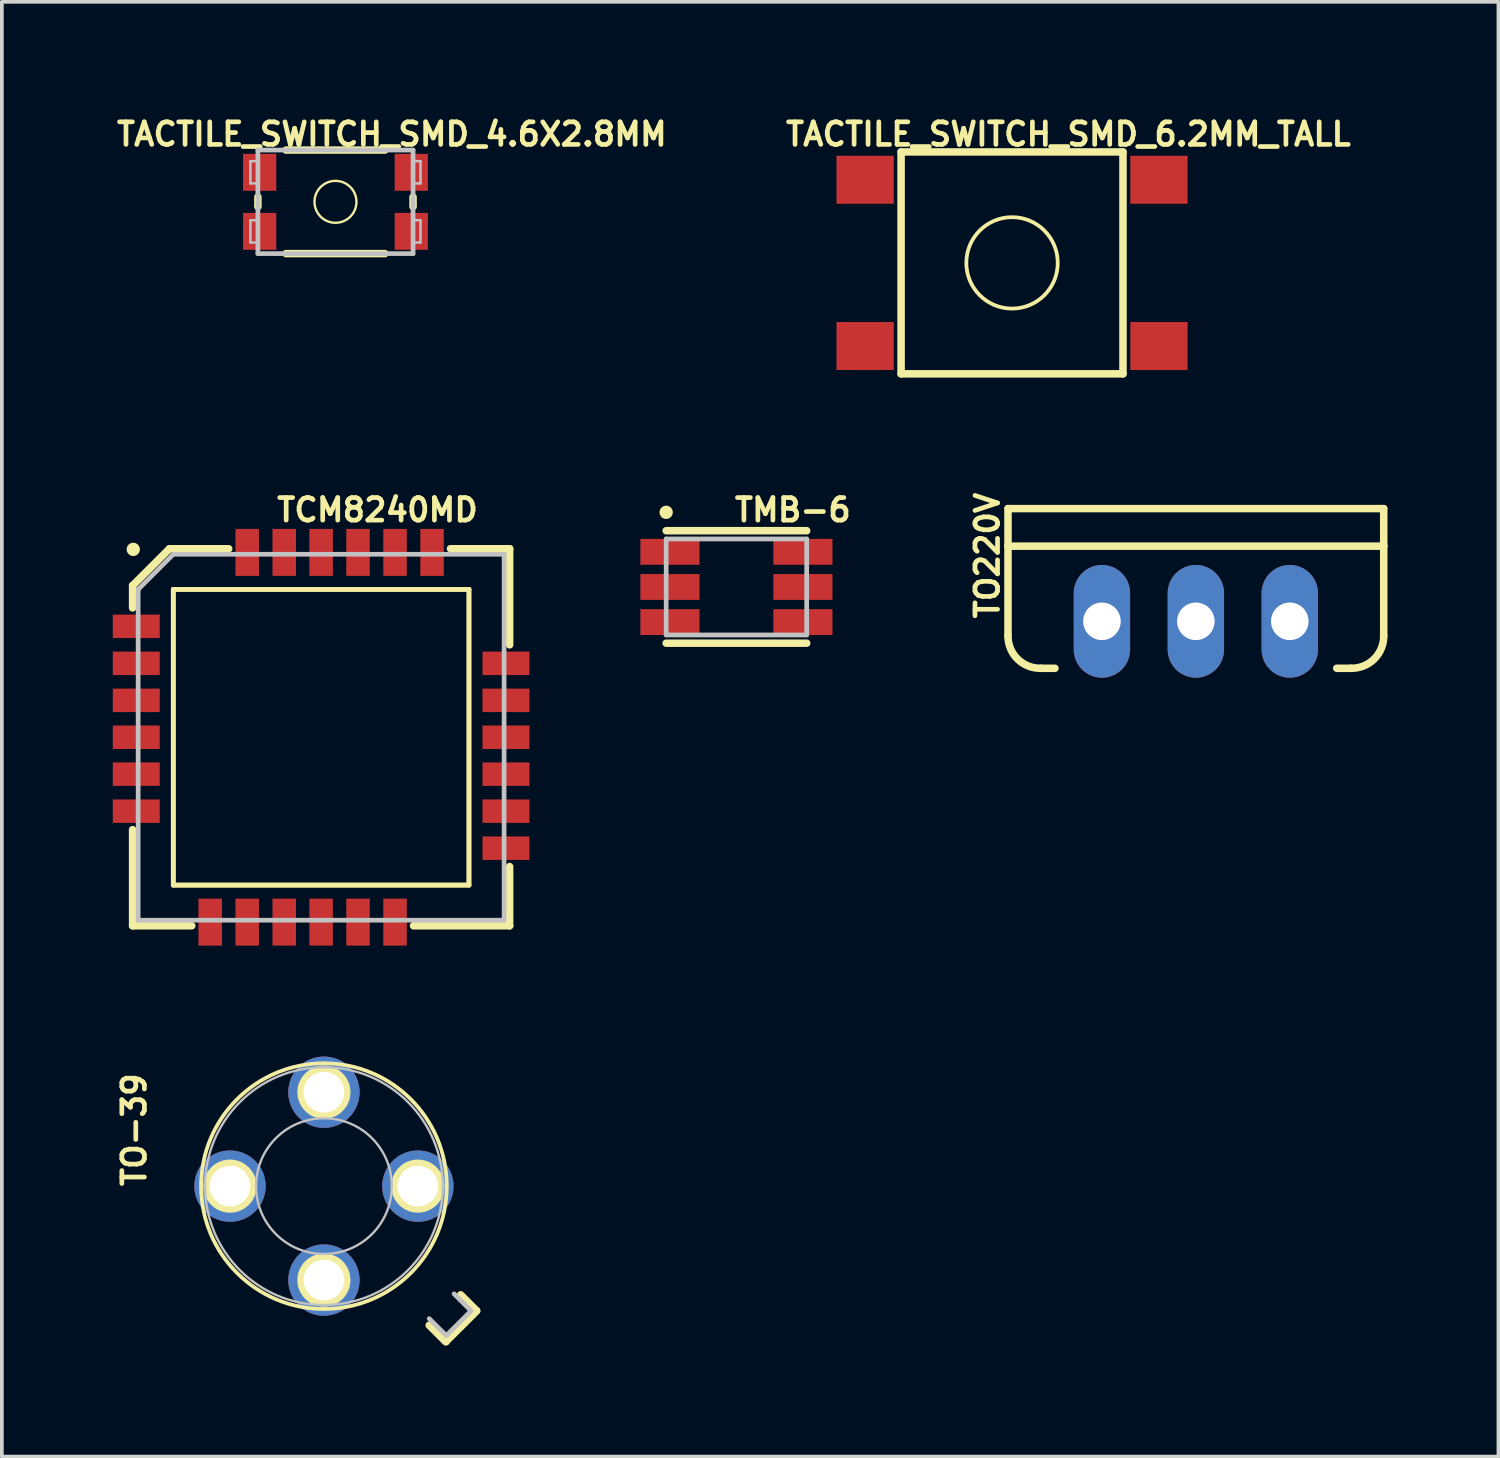
<source format=kicad_pcb>
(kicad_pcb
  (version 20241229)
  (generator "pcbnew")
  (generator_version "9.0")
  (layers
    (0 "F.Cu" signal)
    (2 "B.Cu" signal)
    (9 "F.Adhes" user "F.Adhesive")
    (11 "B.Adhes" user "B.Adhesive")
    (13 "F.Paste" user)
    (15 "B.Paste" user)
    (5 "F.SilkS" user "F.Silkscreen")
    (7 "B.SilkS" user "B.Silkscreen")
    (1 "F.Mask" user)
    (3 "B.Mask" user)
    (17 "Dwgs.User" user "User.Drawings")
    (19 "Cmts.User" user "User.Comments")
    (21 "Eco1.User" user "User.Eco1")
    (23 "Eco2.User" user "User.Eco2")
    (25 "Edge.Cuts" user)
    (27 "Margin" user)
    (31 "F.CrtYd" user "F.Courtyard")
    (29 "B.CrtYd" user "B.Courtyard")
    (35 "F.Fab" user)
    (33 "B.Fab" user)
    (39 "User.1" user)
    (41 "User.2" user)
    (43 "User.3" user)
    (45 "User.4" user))
  (footprint "TACTILE_SWITCH_SMD_4.6X2.8MM"
    (layer "F.Cu")
    (at 6.022 2.408)
    (property "Reference" "TACTILE_SWITCH_SMD_4.6X2.8MM" (at 1.524 -1.829 0) (layer "F.SilkS") (effects (font (size 0.61 0.61) (thickness 0.127))))
    (attr smd)
    (fp_line (start -2.098 -0.13) (end -2.098 0.13) (stroke (width 0.203) (type solid)) (layer "F.SilkS"))
    (fp_line (start -1.336 -1.4) (end 1.336 -1.4) (stroke (width 0.203) (type solid)) (layer "F.SilkS"))
    (fp_line (start 1.336 1.4) (end -1.336 1.4) (stroke (width 0.203) (type solid)) (layer "F.SilkS"))
    (fp_line (start 2.098 0.13) (end 2.098 -0.13) (stroke (width 0.203) (type solid)) (layer "F.SilkS"))
    (fp_circle (center 0 0) (end -0.401 0.401) (stroke (width 0.064) (type solid)) (fill no) (layer "F.SilkS"))
    (fp_line (start -2.299 -1.1) (end -2.098 -1.1) (stroke (width 0.066) (type solid)) (layer "Dwgs.User"))
    (fp_line (start -2.299 -0.498) (end -2.299 -1.1) (stroke (width 0.066) (type solid)) (layer "Dwgs.User"))
    (fp_line (start -2.299 -0.498) (end -2.098 -0.498) (stroke (width 0.066) (type solid)) (layer "Dwgs.User"))
    (fp_line (start -2.299 0.498) (end -2.098 0.498) (stroke (width 0.066) (type solid)) (layer "Dwgs.User"))
    (fp_line (start -2.299 1.1) (end -2.299 0.498) (stroke (width 0.066) (type solid)) (layer "Dwgs.User"))
    (fp_line (start -2.299 1.1) (end -2.098 1.1) (stroke (width 0.066) (type solid)) (layer "Dwgs.User"))
    (fp_line (start -2.098 -1.4) (end -2.098 1.4) (stroke (width 0.127) (type solid)) (layer "Dwgs.User"))
    (fp_line (start -2.098 -1.4) (end 2.098 -1.4) (stroke (width 0.127) (type solid)) (layer "Dwgs.User"))
    (fp_line (start -2.098 -0.498) (end -2.098 -1.1) (stroke (width 0.066) (type solid)) (layer "Dwgs.User"))
    (fp_line (start -2.098 1.1) (end -2.098 0.498) (stroke (width 0.066) (type solid)) (layer "Dwgs.User"))
    (fp_line (start -2.098 1.4) (end 2.098 1.4) (stroke (width 0.127) (type solid)) (layer "Dwgs.User"))
    (fp_line (start 2.098 -1.1) (end 2.299 -1.1) (stroke (width 0.066) (type solid)) (layer "Dwgs.User"))
    (fp_line (start 2.098 -0.498) (end 2.098 -1.1) (stroke (width 0.066) (type solid)) (layer "Dwgs.User"))
    (fp_line (start 2.098 -0.498) (end 2.299 -0.498) (stroke (width 0.066) (type solid)) (layer "Dwgs.User"))
    (fp_line (start 2.098 0.498) (end 2.299 0.498) (stroke (width 0.066) (type solid)) (layer "Dwgs.User"))
    (fp_line (start 2.098 1.1) (end 2.098 0.498) (stroke (width 0.066) (type solid)) (layer "Dwgs.User"))
    (fp_line (start 2.098 1.1) (end 2.299 1.1) (stroke (width 0.066) (type solid)) (layer "Dwgs.User"))
    (fp_line (start 2.098 1.4) (end 2.098 -1.4) (stroke (width 0.127) (type solid)) (layer "Dwgs.User"))
    (fp_line (start 2.299 -0.498) (end 2.299 -1.1) (stroke (width 0.066) (type solid)) (layer "Dwgs.User"))
    (fp_line (start 2.299 1.1) (end 2.299 0.498) (stroke (width 0.066) (type solid)) (layer "Dwgs.User"))
    (pad "1" smd rect (at -2.05 0.798) (size 0.899 0.998) (layers "F.Cu" "F.Mask" "F.Paste"))
    (pad "2" smd rect (at 2.05 0.798) (size 0.899 0.998) (layers "F.Cu" "F.Mask" "F.Paste"))
    (pad "3" smd rect (at 2.05 -0.798) (size 0.899 0.998) (layers "F.Cu" "F.Mask" "F.Paste"))
    (pad "4" smd rect (at -2.05 -0.798) (size 0.899 0.998) (layers "F.Cu" "F.Mask" "F.Paste")))
  (footprint "TO-39"
    (layer "F.Cu")
    (at 5.71 29.026)
    (property "Reference" "TO-39" (at -5.131 -1.524 90) (layer "F.SilkS") (effects (font (size 0.61 0.61) (thickness 0.127))))
    (attr exclude_from_pos_files exclude_from_bom)
    (fp_line (start 2.847 3.762) (end 3.297 4.211) (stroke (width 0.203) (type solid)) (layer "F.SilkS"))
    (fp_line (start 3.698 2.939) (end 4.122 3.363) (stroke (width 0.203) (type solid)) (layer "F.SilkS"))
    (fp_line (start 4.133 3.373) (end 3.307 4.196) (stroke (width 0.203) (type solid)) (layer "F.SilkS"))
    (fp_circle (center -2.54 0) (end -3.048 0.508) (stroke (width 0) (type solid)) (fill yes) (layer "F.SilkS"))
    (fp_circle (center 0 -2.54) (end -0.508 -3.048) (stroke (width 0) (type solid)) (fill yes) (layer "F.SilkS"))
    (fp_circle (center 0 0) (end -2.349 2.349) (stroke (width 0.102) (type solid)) (fill no) (layer "F.SilkS"))
    (fp_circle (center 0 2.54) (end -0.508 3.048) (stroke (width 0) (type solid)) (fill yes) (layer "F.SilkS"))
    (fp_circle (center 2.54 0) (end 3.048 0.508) (stroke (width 0) (type solid)) (fill yes) (layer "F.SilkS"))
    (fp_line (start 2.847 3.584) (end 3.272 4.008) (stroke (width 0.127) (type solid)) (layer "Dwgs.User"))
    (fp_line (start 3.52 2.913) (end 3.945 3.338) (stroke (width 0.127) (type solid)) (layer "Dwgs.User"))
    (fp_line (start 3.98 3.373) (end 3.307 4.044) (stroke (width 0.127) (type solid)) (layer "Dwgs.User"))
    (fp_circle (center 0 0) (end -2.273 2.273) (stroke (width 0.064) (type solid)) (fill no) (layer "Dwgs.User"))
    (fp_circle (center 0 0) (end -1.298 1.298) (stroke (width 0.064) (type solid)) (fill no) (layer "Dwgs.User"))
    (pad "1" thru_hole circle (at 2.54 0) (size 1.93 1.93) (drill 1.1) (layers "*.Cu" "*.Paste" "*.Mask"))
    (pad "2" thru_hole circle (at 0 -2.54) (size 1.93 1.93) (drill 1.1) (layers "*.Cu" "*.Paste" "*.Mask"))
    (pad "3" thru_hole circle (at -2.54 0) (size 1.93 1.93) (drill 1.1) (layers "*.Cu" "*.Paste" "*.Mask"))
    (pad "4" thru_hole circle (at 0 2.54) (size 1.93 1.93) (drill 1.1) (layers "*.Cu" "*.Paste" "*.Mask")))
  (footprint "TMB-6"
    (layer "F.Cu")
    (at 16.865 12.823)
    (property "Reference" "TMB-6" (at 1.524 -2.083 0) (layer "F.SilkS") (effects (font (size 0.61 0.61) (thickness 0.127))))
    (attr smd)
    (fp_line (start -1.9 -1.521) (end 1.9 -1.521) (stroke (width 0.203) (type solid)) (layer "F.SilkS"))
    (fp_line (start -1.9 1.521) (end 1.9 1.521) (stroke (width 0.203) (type solid)) (layer "F.SilkS"))
    (fp_circle (center -1.9 -2.019) (end -2.027 -2.146) (stroke (width 0) (type solid)) (fill yes) (layer "F.SilkS"))
    (fp_line (start -1.9 -1.298) (end -1.9 1.298) (stroke (width 0.127) (type solid)) (layer "Dwgs.User"))
    (fp_line (start -1.9 1.298) (end 1.9 1.298) (stroke (width 0.127) (type solid)) (layer "Dwgs.User"))
    (fp_line (start 1.9 -1.298) (end -1.9 -1.298) (stroke (width 0.127) (type solid)) (layer "Dwgs.User"))
    (fp_line (start 1.9 1.298) (end 1.9 -1.298) (stroke (width 0.127) (type solid)) (layer "Dwgs.User"))
    (pad "1" smd rect (at -1.798 -0.95) (size 1.598 0.699) (layers "F.Cu" "F.Mask" "F.Paste"))
    (pad "2" smd rect (at -1.798 0) (size 1.598 0.699) (layers "F.Cu" "F.Mask" "F.Paste"))
    (pad "3" smd rect (at -1.798 0.95) (size 1.598 0.699) (layers "F.Cu" "F.Mask" "F.Paste"))
    (pad "4" smd rect (at 1.798 0.95) (size 1.598 0.699) (layers "F.Cu" "F.Mask" "F.Paste"))
    (pad "5" smd rect (at 1.798 0) (size 1.598 0.699) (layers "F.Cu" "F.Mask" "F.Paste"))
    (pad "6" smd rect (at 1.798 -0.95) (size 1.598 0.699) (layers "F.Cu" "F.Mask" "F.Paste")))
  (footprint "TACTILE_SWITCH_SMD_6.2MM_TALL"
    (layer "F.Cu")
    (at 24.318 4.059)
    (property "Reference" "TACTILE_SWITCH_SMD_6.2MM_TALL" (at 1.524 -3.48 0) (layer "F.SilkS") (effects (font (size 0.61 0.61) (thickness 0.127))))
    (attr smd)
    (fp_line (start -3 -3) (end -3 3) (stroke (width 0.203) (type solid)) (layer "F.SilkS"))
    (fp_line (start -3 3) (end 3 3) (stroke (width 0.203) (type solid)) (layer "F.SilkS"))
    (fp_line (start 3 -3) (end -3 -3) (stroke (width 0.203) (type solid)) (layer "F.SilkS"))
    (fp_line (start 3 3) (end 3 -3) (stroke (width 0.203) (type solid)) (layer "F.SilkS"))
    (fp_circle (center 0 0) (end -0.874 0.874) (stroke (width 0.102) (type solid)) (fill no) (layer "F.SilkS"))
    (pad "A1" smd rect (at -3.973 2.248 90) (size 1.298 1.549) (layers "F.Cu" "F.Mask" "F.Paste"))
    (pad "A2" smd rect (at 3.973 2.248 90) (size 1.298 1.549) (layers "F.Cu" "F.Mask" "F.Paste"))
    (pad "B1" smd rect (at -3.973 -2.248 90) (size 1.298 1.549) (layers "F.Cu" "F.Mask" "F.Paste"))
    (pad "B2" smd rect (at 3.973 -2.248 90) (size 1.298 1.549) (layers "F.Cu" "F.Mask" "F.Paste")))
  (footprint "TO220V"
    (layer "F.Cu")
    (at 29.289 13.752)
    (property "Reference" "TO220V" (at -5.639 -1.778 90) (layer "F.SilkS") (effects (font (size 0.61 0.61) (thickness 0.127))))
    (attr exclude_from_pos_files exclude_from_bom)
    (fp_line (start -5.08 -3.048) (end 5.08 -3.048) (stroke (width 0.066) (type solid)) (layer "F.SilkS"))
    (fp_line (start -5.08 -3.048) (end 5.08 -3.048) (stroke (width 0.203) (type solid)) (layer "F.SilkS"))
    (fp_line (start -5.08 -2.032) (end -5.08 -3.048) (stroke (width 0.066) (type solid)) (layer "F.SilkS"))
    (fp_line (start -5.08 -2.032) (end -5.08 -3.048) (stroke (width 0.203) (type solid)) (layer "F.SilkS"))
    (fp_line (start -5.08 -2.032) (end -5.08 0.381) (stroke (width 0.203) (type solid)) (layer "F.SilkS"))
    (fp_line (start -5.08 -2.032) (end 5.08 -2.032) (stroke (width 0.066) (type solid)) (layer "F.SilkS"))
    (fp_line (start -4.191 1.27) (end -3.81 1.27) (stroke (width 0.203) (type solid)) (layer "F.SilkS"))
    (fp_line (start 4.191 1.27) (end 3.81 1.27) (stroke (width 0.203) (type solid)) (layer "F.SilkS"))
    (fp_line (start 5.08 -3.048) (end 5.08 -2.032) (stroke (width 0.203) (type solid)) (layer "F.SilkS"))
    (fp_line (start 5.08 -2.032) (end -5.08 -2.032) (stroke (width 0.203) (type solid)) (layer "F.SilkS"))
    (fp_line (start 5.08 -2.032) (end 5.08 -3.048) (stroke (width 0.066) (type solid)) (layer "F.SilkS"))
    (fp_line (start 5.08 -2.032) (end 5.08 0.381) (stroke (width 0.203) (type solid)) (layer "F.SilkS"))
    (fp_arc (start -4.191 1.27) (mid -4.825845 1.01563) (end -5.079993 0.380697) (stroke (width 0.2032) (type solid)) (layer "F.SilkS"))
    (fp_arc (start 5.08 0.381) (mid 4.82563 1.015845) (end 4.190697 1.269993) (stroke (width 0.2032) (type solid)) (layer "F.SilkS"))
    (pad "1" thru_hole oval (at -2.54 0 180) (size 1.524 3.048) (drill 1.016) (layers "*.Cu" "*.Paste" "*.Mask"))
    (pad "2" thru_hole oval (at 0 0 180) (size 1.524 3.048) (drill 1.016) (layers "*.Cu" "*.Paste" "*.Mask"))
    (pad "3" thru_hole oval (at 2.54 0 180) (size 1.524 3.048) (drill 1.016) (layers "*.Cu" "*.Paste" "*.Mask")))
  (footprint "TCM8240MD"
    (layer "F.Cu")
    (at 5.634 16.887)
    (property "Reference" "TCM8240MD" (at 1.524 -6.147 0) (layer "F.SilkS") (effects (font (size 0.61 0.61) (thickness 0.127))))
    (attr smd)
    (fp_line (start -5.098 -4.1) (end -5.098 -3.498) (stroke (width 0.203) (type solid)) (layer "F.SilkS"))
    (fp_line (start -5.098 2.499) (end -5.098 5.098) (stroke (width 0.203) (type solid)) (layer "F.SilkS"))
    (fp_line (start -5.098 5.098) (end -3.498 5.098) (stroke (width 0.203) (type solid)) (layer "F.SilkS"))
    (fp_line (start -4.1 -5.098) (end -5.098 -4.1) (stroke (width 0.203) (type solid)) (layer "F.SilkS"))
    (fp_line (start -3.998 -3.998) (end -3.998 3.998) (stroke (width 0.127) (type solid)) (layer "F.SilkS"))
    (fp_line (start -3.998 -3.998) (end -3.998 3.998) (stroke (width 0.127) (type solid)) (layer "F.SilkS"))
    (fp_line (start -3.998 3.998) (end 3.998 3.998) (stroke (width 0.127) (type solid)) (layer "F.SilkS"))
    (fp_line (start -3.998 3.998) (end 3.998 3.998) (stroke (width 0.127) (type solid)) (layer "F.SilkS"))
    (fp_line (start -2.499 -5.098) (end -4.1 -5.098) (stroke (width 0.203) (type solid)) (layer "F.SilkS"))
    (fp_line (start 2.499 5.098) (end 5.098 5.098) (stroke (width 0.203) (type solid)) (layer "F.SilkS"))
    (fp_line (start 3.998 -3.998) (end -3.998 -3.998) (stroke (width 0.127) (type solid)) (layer "F.SilkS"))
    (fp_line (start 3.998 -3.998) (end -3.998 -3.998) (stroke (width 0.127) (type solid)) (layer "F.SilkS"))
    (fp_line (start 3.998 3.998) (end 3.998 -3.998) (stroke (width 0.127) (type solid)) (layer "F.SilkS"))
    (fp_line (start 3.998 3.998) (end 3.998 -3.998) (stroke (width 0.127) (type solid)) (layer "F.SilkS"))
    (fp_line (start 5.098 -5.098) (end 3.498 -5.098) (stroke (width 0.203) (type solid)) (layer "F.SilkS"))
    (fp_line (start 5.098 -2.499) (end 5.098 -5.098) (stroke (width 0.203) (type solid)) (layer "F.SilkS"))
    (fp_line (start 5.098 5.098) (end 5.098 3.498) (stroke (width 0.203) (type solid)) (layer "F.SilkS"))
    (fp_circle (center -5.08 -5.08) (end -5.207 -5.207) (stroke (width 0) (type solid)) (fill yes) (layer "F.SilkS"))
    (fp_line (start -4.948 -3.998) (end -4.948 4.948) (stroke (width 0.127) (type solid)) (layer "Dwgs.User"))
    (fp_line (start -4.948 4.948) (end 4.948 4.948) (stroke (width 0.127) (type solid)) (layer "Dwgs.User"))
    (fp_line (start -3.998 -4.948) (end -4.948 -3.998) (stroke (width 0.127) (type solid)) (layer "Dwgs.User"))
    (fp_line (start 4.948 -4.948) (end -3.998 -4.948) (stroke (width 0.127) (type solid)) (layer "Dwgs.User"))
    (fp_line (start 4.948 4.948) (end 4.948 -4.948) (stroke (width 0.127) (type solid)) (layer "Dwgs.User"))
    (pad "P$1" smd rect (at -4.999 -3 180) (size 1.27 0.635) (layers "F.Cu" "F.Mask" "F.Paste"))
    (pad "P$2" smd rect (at -4.999 -1.999 180) (size 1.27 0.635) (layers "F.Cu" "F.Mask" "F.Paste"))
    (pad "P$3" smd rect (at -4.999 -0.998 180) (size 1.27 0.635) (layers "F.Cu" "F.Mask" "F.Paste"))
    (pad "P$4" smd rect (at -4.999 0 180) (size 1.27 0.635) (layers "F.Cu" "F.Mask" "F.Paste"))
    (pad "P$5" smd rect (at -4.999 0.998 180) (size 1.27 0.635) (layers "F.Cu" "F.Mask" "F.Paste"))
    (pad "P$6" smd rect (at -4.999 1.999 180) (size 1.27 0.635) (layers "F.Cu" "F.Mask" "F.Paste"))
    (pad "P$7" smd rect (at -3 4.999 270) (size 1.27 0.635) (layers "F.Cu" "F.Mask" "F.Paste"))
    (pad "P$8" smd rect (at -1.999 4.999 270) (size 1.27 0.635) (layers "F.Cu" "F.Mask" "F.Paste"))
    (pad "P$9" smd rect (at -0.998 4.999 270) (size 1.27 0.635) (layers "F.Cu" "F.Mask" "F.Paste"))
    (pad "P$10" smd rect (at 0 4.999 270) (size 1.27 0.635) (layers "F.Cu" "F.Mask" "F.Paste"))
    (pad "P$11" smd rect (at 0.998 4.999 270) (size 1.27 0.635) (layers "F.Cu" "F.Mask" "F.Paste"))
    (pad "P$12" smd rect (at 1.999 4.999 270) (size 1.27 0.635) (layers "F.Cu" "F.Mask" "F.Paste"))
    (pad "P$13" smd rect (at 4.999 3) (size 1.27 0.635) (layers "F.Cu" "F.Mask" "F.Paste"))
    (pad "P$14" smd rect (at 4.999 1.999) (size 1.27 0.635) (layers "F.Cu" "F.Mask" "F.Paste"))
    (pad "P$15" smd rect (at 4.999 0.998) (size 1.27 0.635) (layers "F.Cu" "F.Mask" "F.Paste"))
    (pad "P$16" smd rect (at 4.999 0) (size 1.27 0.635) (layers "F.Cu" "F.Mask" "F.Paste"))
    (pad "P$17" smd rect (at 4.999 -0.998) (size 1.27 0.635) (layers "F.Cu" "F.Mask" "F.Paste"))
    (pad "P$18" smd rect (at 4.999 -1.999) (size 1.27 0.635) (layers "F.Cu" "F.Mask" "F.Paste"))
    (pad "P$19" smd rect (at 3 -4.999 90) (size 1.27 0.635) (layers "F.Cu" "F.Mask" "F.Paste"))
    (pad "P$20" smd rect (at 1.999 -4.999 90) (size 1.27 0.635) (layers "F.Cu" "F.Mask" "F.Paste"))
    (pad "P$21" smd rect (at 0.998 -4.999 90) (size 1.27 0.635) (layers "F.Cu" "F.Mask" "F.Paste"))
    (pad "P$22" smd rect (at 0 -4.999 90) (size 1.27 0.635) (layers "F.Cu" "F.Mask" "F.Paste"))
    (pad "P$23" smd rect (at -0.998 -4.999 90) (size 1.27 0.635) (layers "F.Cu" "F.Mask" "F.Paste"))
    (pad "P$24" smd rect (at -1.999 -4.999 90) (size 1.27 0.635) (layers "F.Cu" "F.Mask" "F.Paste")))
  (gr_rect
    (start -3 -3)
    (end 37.471 36.339)
    (stroke (width 0.1) (type default))
    (fill no)
    (layer "Edge.Cuts")))
</source>
